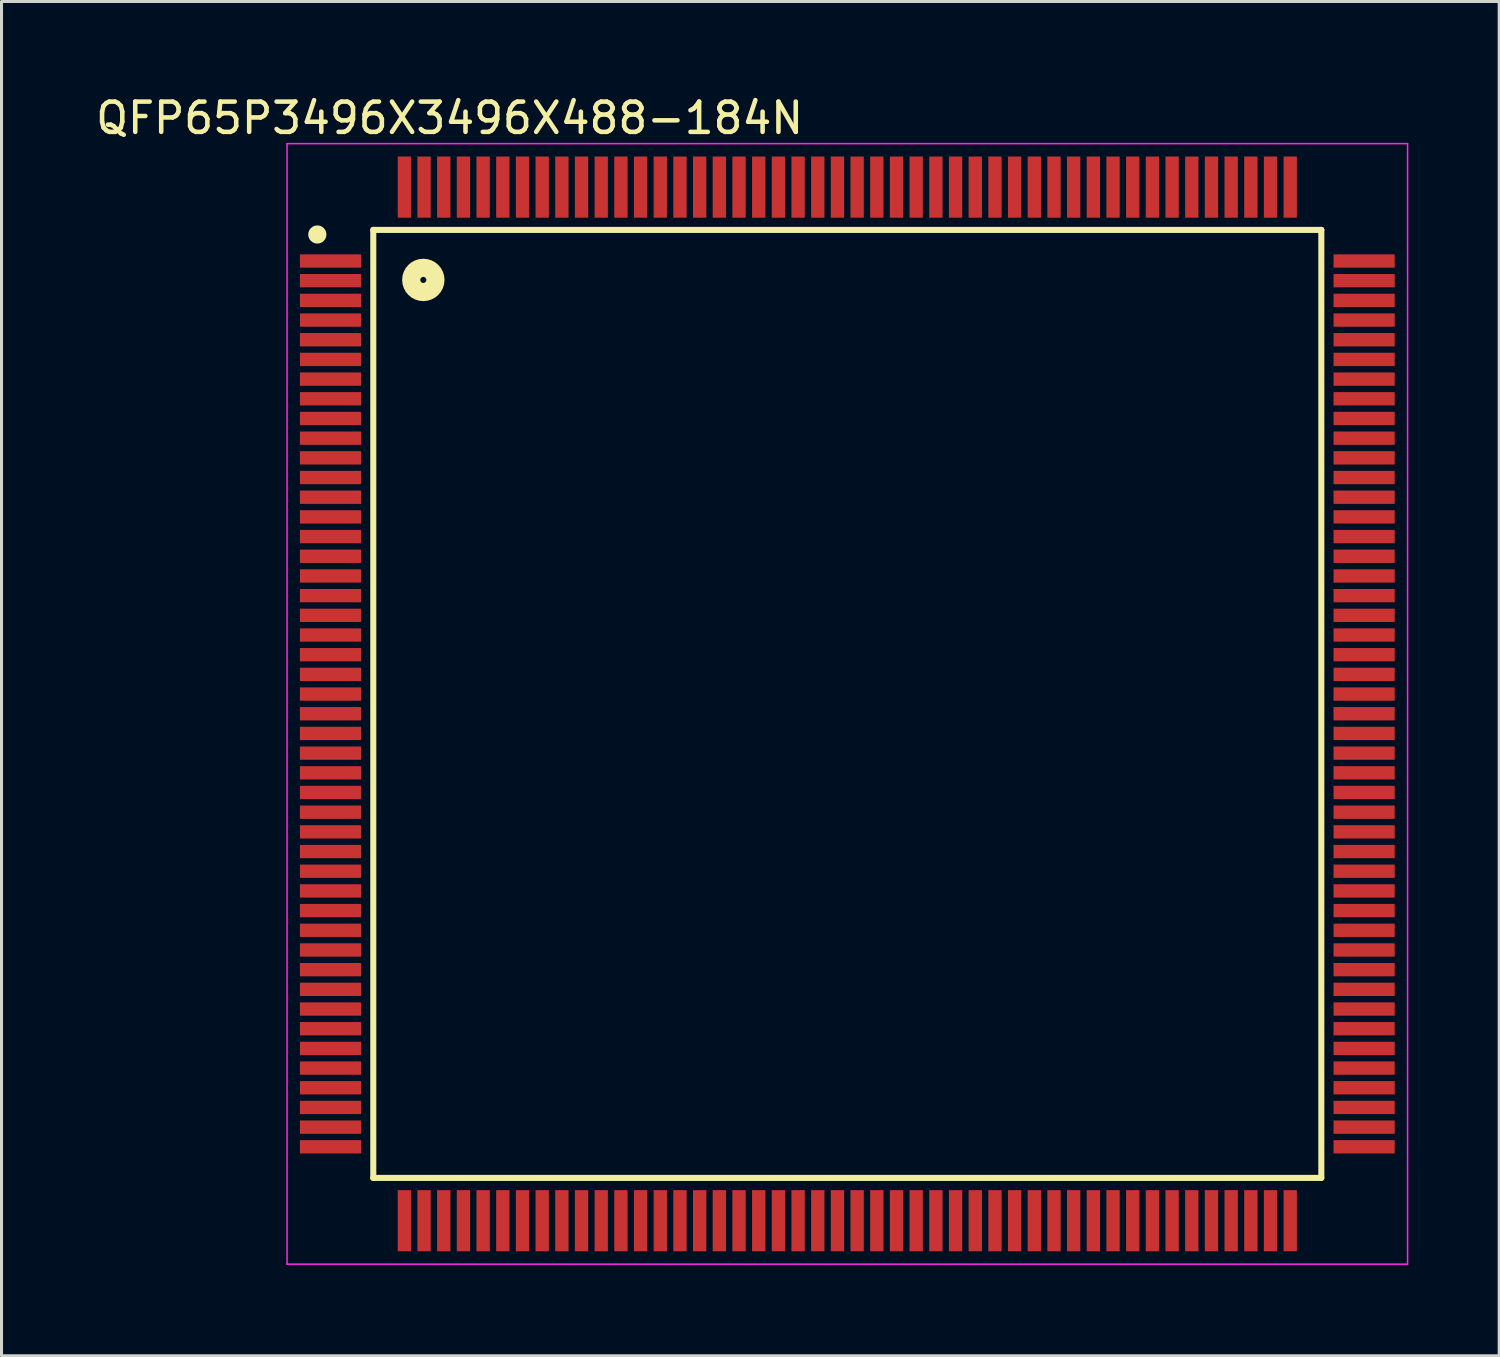
<source format=kicad_pcb>
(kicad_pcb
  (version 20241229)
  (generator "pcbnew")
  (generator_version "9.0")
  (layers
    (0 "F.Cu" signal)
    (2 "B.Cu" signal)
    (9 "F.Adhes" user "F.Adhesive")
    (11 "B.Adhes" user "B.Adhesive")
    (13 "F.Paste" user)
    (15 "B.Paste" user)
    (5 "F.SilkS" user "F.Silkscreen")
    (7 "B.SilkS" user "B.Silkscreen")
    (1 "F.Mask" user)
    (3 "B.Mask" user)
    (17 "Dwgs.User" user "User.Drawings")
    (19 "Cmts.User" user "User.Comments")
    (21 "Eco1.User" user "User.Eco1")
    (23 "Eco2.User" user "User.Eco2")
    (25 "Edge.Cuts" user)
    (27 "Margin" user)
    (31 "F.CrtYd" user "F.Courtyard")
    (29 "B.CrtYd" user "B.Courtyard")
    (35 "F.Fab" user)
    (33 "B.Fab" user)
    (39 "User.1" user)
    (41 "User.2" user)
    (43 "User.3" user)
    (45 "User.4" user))
  (footprint "QFP65P3496X3496X488-184N"
    (layer "F.Cu")
    (at 24.928 20.193)
    (property "Reference" "QFP65P3496X3496X488-184N" (at -13.131 -19.344 0) (layer "F.SilkS") (effects (font (size 1 1) (thickness 0.15))))
    (attr smd)
    (fp_line (start -15.652 -15.652) (end 15.652 -15.652) (stroke (width 0.2) (type solid)) (layer "F.SilkS"))
    (fp_line (start -15.652 15.652) (end -15.652 -15.652) (stroke (width 0.2) (type solid)) (layer "F.SilkS"))
    (fp_line (start 15.652 -15.652) (end 15.652 15.652) (stroke (width 0.2) (type solid)) (layer "F.SilkS"))
    (fp_line (start 15.652 15.652) (end -15.652 15.652) (stroke (width 0.2) (type solid)) (layer "F.SilkS"))
    (fp_circle (center -17.5 -15.5) (end -17.35 -15.5) (stroke (width 0.3) (type solid)) (fill no) (layer "F.SilkS"))
    (fp_circle (center -14 -14) (end -13.6 -14) (stroke (width 0.6) (type solid)) (fill no) (layer "F.SilkS"))
    (fp_line (start -18.5 -18.5) (end 18.5 -18.5) (stroke (width 0.05) (type solid)) (layer "F.CrtYd"))
    (fp_line (start -18.5 18.5) (end -18.5 -18.5) (stroke (width 0.05) (type solid)) (layer "F.CrtYd"))
    (fp_line (start 18.5 -18.5) (end 18.5 18.5) (stroke (width 0.05) (type solid)) (layer "F.CrtYd"))
    (fp_line (start 18.5 18.5) (end -18.5 18.5) (stroke (width 0.05) (type solid)) (layer "F.CrtYd"))
    (pad "1" smd rect (at -17.065 -14.625) (size 2.02 0.44) (layers "F.Cu" "F.Mask" "F.Paste"))
    (pad "2" smd rect (at -17.065 -13.975) (size 2.02 0.44) (layers "F.Cu" "F.Mask" "F.Paste"))
    (pad "3" smd rect (at -17.065 -13.325) (size 2.02 0.44) (layers "F.Cu" "F.Mask" "F.Paste"))
    (pad "4" smd rect (at -17.065 -12.675) (size 2.02 0.44) (layers "F.Cu" "F.Mask" "F.Paste"))
    (pad "5" smd rect (at -17.065 -12.025) (size 2.02 0.44) (layers "F.Cu" "F.Mask" "F.Paste"))
    (pad "6" smd rect (at -17.065 -11.375) (size 2.02 0.44) (layers "F.Cu" "F.Mask" "F.Paste"))
    (pad "7" smd rect (at -17.065 -10.725) (size 2.02 0.44) (layers "F.Cu" "F.Mask" "F.Paste"))
    (pad "8" smd rect (at -17.065 -10.075) (size 2.02 0.44) (layers "F.Cu" "F.Mask" "F.Paste"))
    (pad "9" smd rect (at -17.065 -9.425) (size 2.02 0.44) (layers "F.Cu" "F.Mask" "F.Paste"))
    (pad "10" smd rect (at -17.065 -8.775) (size 2.02 0.44) (layers "F.Cu" "F.Mask" "F.Paste"))
    (pad "11" smd rect (at -17.065 -8.125) (size 2.02 0.44) (layers "F.Cu" "F.Mask" "F.Paste"))
    (pad "12" smd rect (at -17.065 -7.475) (size 2.02 0.44) (layers "F.Cu" "F.Mask" "F.Paste"))
    (pad "13" smd rect (at -17.065 -6.825) (size 2.02 0.44) (layers "F.Cu" "F.Mask" "F.Paste"))
    (pad "14" smd rect (at -17.065 -6.175) (size 2.02 0.44) (layers "F.Cu" "F.Mask" "F.Paste"))
    (pad "15" smd rect (at -17.065 -5.525) (size 2.02 0.44) (layers "F.Cu" "F.Mask" "F.Paste"))
    (pad "16" smd rect (at -17.065 -4.875) (size 2.02 0.44) (layers "F.Cu" "F.Mask" "F.Paste"))
    (pad "17" smd rect (at -17.065 -4.225) (size 2.02 0.44) (layers "F.Cu" "F.Mask" "F.Paste"))
    (pad "18" smd rect (at -17.065 -3.575) (size 2.02 0.44) (layers "F.Cu" "F.Mask" "F.Paste"))
    (pad "19" smd rect (at -17.065 -2.925) (size 2.02 0.44) (layers "F.Cu" "F.Mask" "F.Paste"))
    (pad "20" smd rect (at -17.065 -2.275) (size 2.02 0.44) (layers "F.Cu" "F.Mask" "F.Paste"))
    (pad "21" smd rect (at -17.065 -1.625) (size 2.02 0.44) (layers "F.Cu" "F.Mask" "F.Paste"))
    (pad "22" smd rect (at -17.065 -0.975) (size 2.02 0.44) (layers "F.Cu" "F.Mask" "F.Paste"))
    (pad "23" smd rect (at -17.065 -0.325) (size 2.02 0.44) (layers "F.Cu" "F.Mask" "F.Paste"))
    (pad "24" smd rect (at -17.065 0.325) (size 2.02 0.44) (layers "F.Cu" "F.Mask" "F.Paste"))
    (pad "25" smd rect (at -17.065 0.975) (size 2.02 0.44) (layers "F.Cu" "F.Mask" "F.Paste"))
    (pad "26" smd rect (at -17.065 1.625) (size 2.02 0.44) (layers "F.Cu" "F.Mask" "F.Paste"))
    (pad "27" smd rect (at -17.065 2.275) (size 2.02 0.44) (layers "F.Cu" "F.Mask" "F.Paste"))
    (pad "28" smd rect (at -17.065 2.925) (size 2.02 0.44) (layers "F.Cu" "F.Mask" "F.Paste"))
    (pad "29" smd rect (at -17.065 3.575) (size 2.02 0.44) (layers "F.Cu" "F.Mask" "F.Paste"))
    (pad "30" smd rect (at -17.065 4.225) (size 2.02 0.44) (layers "F.Cu" "F.Mask" "F.Paste"))
    (pad "31" smd rect (at -17.065 4.875) (size 2.02 0.44) (layers "F.Cu" "F.Mask" "F.Paste"))
    (pad "32" smd rect (at -17.065 5.525) (size 2.02 0.44) (layers "F.Cu" "F.Mask" "F.Paste"))
    (pad "33" smd rect (at -17.065 6.175) (size 2.02 0.44) (layers "F.Cu" "F.Mask" "F.Paste"))
    (pad "34" smd rect (at -17.065 6.825) (size 2.02 0.44) (layers "F.Cu" "F.Mask" "F.Paste"))
    (pad "35" smd rect (at -17.065 7.475) (size 2.02 0.44) (layers "F.Cu" "F.Mask" "F.Paste"))
    (pad "36" smd rect (at -17.065 8.125) (size 2.02 0.44) (layers "F.Cu" "F.Mask" "F.Paste"))
    (pad "37" smd rect (at -17.065 8.775) (size 2.02 0.44) (layers "F.Cu" "F.Mask" "F.Paste"))
    (pad "38" smd rect (at -17.065 9.425) (size 2.02 0.44) (layers "F.Cu" "F.Mask" "F.Paste"))
    (pad "39" smd rect (at -17.065 10.075) (size 2.02 0.44) (layers "F.Cu" "F.Mask" "F.Paste"))
    (pad "40" smd rect (at -17.065 10.725) (size 2.02 0.44) (layers "F.Cu" "F.Mask" "F.Paste"))
    (pad "41" smd rect (at -17.065 11.375) (size 2.02 0.44) (layers "F.Cu" "F.Mask" "F.Paste"))
    (pad "42" smd rect (at -17.065 12.025) (size 2.02 0.44) (layers "F.Cu" "F.Mask" "F.Paste"))
    (pad "43" smd rect (at -17.065 12.675) (size 2.02 0.44) (layers "F.Cu" "F.Mask" "F.Paste"))
    (pad "44" smd rect (at -17.065 13.325) (size 2.02 0.44) (layers "F.Cu" "F.Mask" "F.Paste"))
    (pad "45" smd rect (at -17.065 13.975) (size 2.02 0.44) (layers "F.Cu" "F.Mask" "F.Paste"))
    (pad "46" smd rect (at -17.065 14.625) (size 2.02 0.44) (layers "F.Cu" "F.Mask" "F.Paste"))
    (pad "47" smd rect (at -14.625 17.065 90) (size 2.02 0.44) (layers "F.Cu" "F.Mask" "F.Paste"))
    (pad "48" smd rect (at -13.975 17.065 90) (size 2.02 0.44) (layers "F.Cu" "F.Mask" "F.Paste"))
    (pad "49" smd rect (at -13.325 17.065 90) (size 2.02 0.44) (layers "F.Cu" "F.Mask" "F.Paste"))
    (pad "50" smd rect (at -12.675 17.065 90) (size 2.02 0.44) (layers "F.Cu" "F.Mask" "F.Paste"))
    (pad "51" smd rect (at -12.025 17.065 90) (size 2.02 0.44) (layers "F.Cu" "F.Mask" "F.Paste"))
    (pad "52" smd rect (at -11.375 17.065 90) (size 2.02 0.44) (layers "F.Cu" "F.Mask" "F.Paste"))
    (pad "53" smd rect (at -10.725 17.065 90) (size 2.02 0.44) (layers "F.Cu" "F.Mask" "F.Paste"))
    (pad "54" smd rect (at -10.075 17.065 90) (size 2.02 0.44) (layers "F.Cu" "F.Mask" "F.Paste"))
    (pad "55" smd rect (at -9.425 17.065 90) (size 2.02 0.44) (layers "F.Cu" "F.Mask" "F.Paste"))
    (pad "56" smd rect (at -8.775 17.065 90) (size 2.02 0.44) (layers "F.Cu" "F.Mask" "F.Paste"))
    (pad "57" smd rect (at -8.125 17.065 90) (size 2.02 0.44) (layers "F.Cu" "F.Mask" "F.Paste"))
    (pad "58" smd rect (at -7.475 17.065 90) (size 2.02 0.44) (layers "F.Cu" "F.Mask" "F.Paste"))
    (pad "59" smd rect (at -6.825 17.065 90) (size 2.02 0.44) (layers "F.Cu" "F.Mask" "F.Paste"))
    (pad "60" smd rect (at -6.175 17.065 90) (size 2.02 0.44) (layers "F.Cu" "F.Mask" "F.Paste"))
    (pad "61" smd rect (at -5.525 17.065 90) (size 2.02 0.44) (layers "F.Cu" "F.Mask" "F.Paste"))
    (pad "62" smd rect (at -4.875 17.065 90) (size 2.02 0.44) (layers "F.Cu" "F.Mask" "F.Paste"))
    (pad "63" smd rect (at -4.225 17.065 90) (size 2.02 0.44) (layers "F.Cu" "F.Mask" "F.Paste"))
    (pad "64" smd rect (at -3.575 17.065 90) (size 2.02 0.44) (layers "F.Cu" "F.Mask" "F.Paste"))
    (pad "65" smd rect (at -2.925 17.065 90) (size 2.02 0.44) (layers "F.Cu" "F.Mask" "F.Paste"))
    (pad "66" smd rect (at -2.275 17.065 90) (size 2.02 0.44) (layers "F.Cu" "F.Mask" "F.Paste"))
    (pad "67" smd rect (at -1.625 17.065 90) (size 2.02 0.44) (layers "F.Cu" "F.Mask" "F.Paste"))
    (pad "68" smd rect (at -0.975 17.065 90) (size 2.02 0.44) (layers "F.Cu" "F.Mask" "F.Paste"))
    (pad "69" smd rect (at -0.325 17.065 90) (size 2.02 0.44) (layers "F.Cu" "F.Mask" "F.Paste"))
    (pad "70" smd rect (at 0.325 17.065 90) (size 2.02 0.44) (layers "F.Cu" "F.Mask" "F.Paste"))
    (pad "71" smd rect (at 0.975 17.065 90) (size 2.02 0.44) (layers "F.Cu" "F.Mask" "F.Paste"))
    (pad "72" smd rect (at 1.625 17.065 90) (size 2.02 0.44) (layers "F.Cu" "F.Mask" "F.Paste"))
    (pad "73" smd rect (at 2.275 17.065 90) (size 2.02 0.44) (layers "F.Cu" "F.Mask" "F.Paste"))
    (pad "74" smd rect (at 2.925 17.065 90) (size 2.02 0.44) (layers "F.Cu" "F.Mask" "F.Paste"))
    (pad "75" smd rect (at 3.575 17.065 90) (size 2.02 0.44) (layers "F.Cu" "F.Mask" "F.Paste"))
    (pad "76" smd rect (at 4.225 17.065 90) (size 2.02 0.44) (layers "F.Cu" "F.Mask" "F.Paste"))
    (pad "77" smd rect (at 4.875 17.065 90) (size 2.02 0.44) (layers "F.Cu" "F.Mask" "F.Paste"))
    (pad "78" smd rect (at 5.525 17.065 90) (size 2.02 0.44) (layers "F.Cu" "F.Mask" "F.Paste"))
    (pad "79" smd rect (at 6.175 17.065 90) (size 2.02 0.44) (layers "F.Cu" "F.Mask" "F.Paste"))
    (pad "80" smd rect (at 6.825 17.065 90) (size 2.02 0.44) (layers "F.Cu" "F.Mask" "F.Paste"))
    (pad "81" smd rect (at 7.475 17.065 90) (size 2.02 0.44) (layers "F.Cu" "F.Mask" "F.Paste"))
    (pad "82" smd rect (at 8.125 17.065 90) (size 2.02 0.44) (layers "F.Cu" "F.Mask" "F.Paste"))
    (pad "83" smd rect (at 8.775 17.065 90) (size 2.02 0.44) (layers "F.Cu" "F.Mask" "F.Paste"))
    (pad "84" smd rect (at 9.425 17.065 90) (size 2.02 0.44) (layers "F.Cu" "F.Mask" "F.Paste"))
    (pad "85" smd rect (at 10.075 17.065 90) (size 2.02 0.44) (layers "F.Cu" "F.Mask" "F.Paste"))
    (pad "86" smd rect (at 10.725 17.065 90) (size 2.02 0.44) (layers "F.Cu" "F.Mask" "F.Paste"))
    (pad "87" smd rect (at 11.375 17.065 90) (size 2.02 0.44) (layers "F.Cu" "F.Mask" "F.Paste"))
    (pad "88" smd rect (at 12.025 17.065 90) (size 2.02 0.44) (layers "F.Cu" "F.Mask" "F.Paste"))
    (pad "89" smd rect (at 12.675 17.065 90) (size 2.02 0.44) (layers "F.Cu" "F.Mask" "F.Paste"))
    (pad "90" smd rect (at 13.325 17.065 90) (size 2.02 0.44) (layers "F.Cu" "F.Mask" "F.Paste"))
    (pad "91" smd rect (at 13.975 17.065 90) (size 2.02 0.44) (layers "F.Cu" "F.Mask" "F.Paste"))
    (pad "92" smd rect (at 14.625 17.065 90) (size 2.02 0.44) (layers "F.Cu" "F.Mask" "F.Paste"))
    (pad "93" smd rect (at 17.065 14.625 180) (size 2.02 0.44) (layers "F.Cu" "F.Mask" "F.Paste"))
    (pad "94" smd rect (at 17.065 13.975 180) (size 2.02 0.44) (layers "F.Cu" "F.Mask" "F.Paste"))
    (pad "95" smd rect (at 17.065 13.325 180) (size 2.02 0.44) (layers "F.Cu" "F.Mask" "F.Paste"))
    (pad "96" smd rect (at 17.065 12.675 180) (size 2.02 0.44) (layers "F.Cu" "F.Mask" "F.Paste"))
    (pad "97" smd rect (at 17.065 12.025 180) (size 2.02 0.44) (layers "F.Cu" "F.Mask" "F.Paste"))
    (pad "98" smd rect (at 17.065 11.375 180) (size 2.02 0.44) (layers "F.Cu" "F.Mask" "F.Paste"))
    (pad "99" smd rect (at 17.065 10.725 180) (size 2.02 0.44) (layers "F.Cu" "F.Mask" "F.Paste"))
    (pad "100" smd rect (at 17.065 10.075 180) (size 2.02 0.44) (layers "F.Cu" "F.Mask" "F.Paste"))
    (pad "101" smd rect (at 17.065 9.425 180) (size 2.02 0.44) (layers "F.Cu" "F.Mask" "F.Paste"))
    (pad "102" smd rect (at 17.065 8.775 180) (size 2.02 0.44) (layers "F.Cu" "F.Mask" "F.Paste"))
    (pad "103" smd rect (at 17.065 8.125 180) (size 2.02 0.44) (layers "F.Cu" "F.Mask" "F.Paste"))
    (pad "104" smd rect (at 17.065 7.475 180) (size 2.02 0.44) (layers "F.Cu" "F.Mask" "F.Paste"))
    (pad "105" smd rect (at 17.065 6.825 180) (size 2.02 0.44) (layers "F.Cu" "F.Mask" "F.Paste"))
    (pad "106" smd rect (at 17.065 6.175 180) (size 2.02 0.44) (layers "F.Cu" "F.Mask" "F.Paste"))
    (pad "107" smd rect (at 17.065 5.525 180) (size 2.02 0.44) (layers "F.Cu" "F.Mask" "F.Paste"))
    (pad "108" smd rect (at 17.065 4.875 180) (size 2.02 0.44) (layers "F.Cu" "F.Mask" "F.Paste"))
    (pad "109" smd rect (at 17.065 4.225 180) (size 2.02 0.44) (layers "F.Cu" "F.Mask" "F.Paste"))
    (pad "110" smd rect (at 17.065 3.575 180) (size 2.02 0.44) (layers "F.Cu" "F.Mask" "F.Paste"))
    (pad "111" smd rect (at 17.065 2.925 180) (size 2.02 0.44) (layers "F.Cu" "F.Mask" "F.Paste"))
    (pad "112" smd rect (at 17.065 2.275 180) (size 2.02 0.44) (layers "F.Cu" "F.Mask" "F.Paste"))
    (pad "113" smd rect (at 17.065 1.625 180) (size 2.02 0.44) (layers "F.Cu" "F.Mask" "F.Paste"))
    (pad "114" smd rect (at 17.065 0.975 180) (size 2.02 0.44) (layers "F.Cu" "F.Mask" "F.Paste"))
    (pad "115" smd rect (at 17.065 0.325 180) (size 2.02 0.44) (layers "F.Cu" "F.Mask" "F.Paste"))
    (pad "116" smd rect (at 17.065 -0.325 180) (size 2.02 0.44) (layers "F.Cu" "F.Mask" "F.Paste"))
    (pad "117" smd rect (at 17.065 -0.975 180) (size 2.02 0.44) (layers "F.Cu" "F.Mask" "F.Paste"))
    (pad "118" smd rect (at 17.065 -1.625 180) (size 2.02 0.44) (layers "F.Cu" "F.Mask" "F.Paste"))
    (pad "119" smd rect (at 17.065 -2.275 180) (size 2.02 0.44) (layers "F.Cu" "F.Mask" "F.Paste"))
    (pad "120" smd rect (at 17.065 -2.925 180) (size 2.02 0.44) (layers "F.Cu" "F.Mask" "F.Paste"))
    (pad "121" smd rect (at 17.065 -3.575 180) (size 2.02 0.44) (layers "F.Cu" "F.Mask" "F.Paste"))
    (pad "122" smd rect (at 17.065 -4.225 180) (size 2.02 0.44) (layers "F.Cu" "F.Mask" "F.Paste"))
    (pad "123" smd rect (at 17.065 -4.875 180) (size 2.02 0.44) (layers "F.Cu" "F.Mask" "F.Paste"))
    (pad "124" smd rect (at 17.065 -5.525 180) (size 2.02 0.44) (layers "F.Cu" "F.Mask" "F.Paste"))
    (pad "125" smd rect (at 17.065 -6.175 180) (size 2.02 0.44) (layers "F.Cu" "F.Mask" "F.Paste"))
    (pad "126" smd rect (at 17.065 -6.825 180) (size 2.02 0.44) (layers "F.Cu" "F.Mask" "F.Paste"))
    (pad "127" smd rect (at 17.065 -7.475 180) (size 2.02 0.44) (layers "F.Cu" "F.Mask" "F.Paste"))
    (pad "128" smd rect (at 17.065 -8.125 180) (size 2.02 0.44) (layers "F.Cu" "F.Mask" "F.Paste"))
    (pad "129" smd rect (at 17.065 -8.775 180) (size 2.02 0.44) (layers "F.Cu" "F.Mask" "F.Paste"))
    (pad "130" smd rect (at 17.065 -9.425 180) (size 2.02 0.44) (layers "F.Cu" "F.Mask" "F.Paste"))
    (pad "131" smd rect (at 17.065 -10.075 180) (size 2.02 0.44) (layers "F.Cu" "F.Mask" "F.Paste"))
    (pad "132" smd rect (at 17.065 -10.725 180) (size 2.02 0.44) (layers "F.Cu" "F.Mask" "F.Paste"))
    (pad "133" smd rect (at 17.065 -11.375 180) (size 2.02 0.44) (layers "F.Cu" "F.Mask" "F.Paste"))
    (pad "134" smd rect (at 17.065 -12.025 180) (size 2.02 0.44) (layers "F.Cu" "F.Mask" "F.Paste"))
    (pad "135" smd rect (at 17.065 -12.675 180) (size 2.02 0.44) (layers "F.Cu" "F.Mask" "F.Paste"))
    (pad "136" smd rect (at 17.065 -13.325 180) (size 2.02 0.44) (layers "F.Cu" "F.Mask" "F.Paste"))
    (pad "137" smd rect (at 17.065 -13.975 180) (size 2.02 0.44) (layers "F.Cu" "F.Mask" "F.Paste"))
    (pad "138" smd rect (at 17.065 -14.625 180) (size 2.02 0.44) (layers "F.Cu" "F.Mask" "F.Paste"))
    (pad "139" smd rect (at 14.625 -17.065 270) (size 2.02 0.44) (layers "F.Cu" "F.Mask" "F.Paste"))
    (pad "140" smd rect (at 13.975 -17.065 270) (size 2.02 0.44) (layers "F.Cu" "F.Mask" "F.Paste"))
    (pad "141" smd rect (at 13.325 -17.065 270) (size 2.02 0.44) (layers "F.Cu" "F.Mask" "F.Paste"))
    (pad "142" smd rect (at 12.675 -17.065 270) (size 2.02 0.44) (layers "F.Cu" "F.Mask" "F.Paste"))
    (pad "143" smd rect (at 12.025 -17.065 270) (size 2.02 0.44) (layers "F.Cu" "F.Mask" "F.Paste"))
    (pad "144" smd rect (at 11.375 -17.065 270) (size 2.02 0.44) (layers "F.Cu" "F.Mask" "F.Paste"))
    (pad "145" smd rect (at 10.725 -17.065 270) (size 2.02 0.44) (layers "F.Cu" "F.Mask" "F.Paste"))
    (pad "146" smd rect (at 10.075 -17.065 270) (size 2.02 0.44) (layers "F.Cu" "F.Mask" "F.Paste"))
    (pad "147" smd rect (at 9.425 -17.065 270) (size 2.02 0.44) (layers "F.Cu" "F.Mask" "F.Paste"))
    (pad "148" smd rect (at 8.775 -17.065 270) (size 2.02 0.44) (layers "F.Cu" "F.Mask" "F.Paste"))
    (pad "149" smd rect (at 8.125 -17.065 270) (size 2.02 0.44) (layers "F.Cu" "F.Mask" "F.Paste"))
    (pad "150" smd rect (at 7.475 -17.065 270) (size 2.02 0.44) (layers "F.Cu" "F.Mask" "F.Paste"))
    (pad "151" smd rect (at 6.825 -17.065 270) (size 2.02 0.44) (layers "F.Cu" "F.Mask" "F.Paste"))
    (pad "152" smd rect (at 6.175 -17.065 270) (size 2.02 0.44) (layers "F.Cu" "F.Mask" "F.Paste"))
    (pad "153" smd rect (at 5.525 -17.065 270) (size 2.02 0.44) (layers "F.Cu" "F.Mask" "F.Paste"))
    (pad "154" smd rect (at 4.875 -17.065 270) (size 2.02 0.44) (layers "F.Cu" "F.Mask" "F.Paste"))
    (pad "155" smd rect (at 4.225 -17.065 270) (size 2.02 0.44) (layers "F.Cu" "F.Mask" "F.Paste"))
    (pad "156" smd rect (at 3.575 -17.065 270) (size 2.02 0.44) (layers "F.Cu" "F.Mask" "F.Paste"))
    (pad "157" smd rect (at 2.925 -17.065 270) (size 2.02 0.44) (layers "F.Cu" "F.Mask" "F.Paste"))
    (pad "158" smd rect (at 2.275 -17.065 270) (size 2.02 0.44) (layers "F.Cu" "F.Mask" "F.Paste"))
    (pad "159" smd rect (at 1.625 -17.065 270) (size 2.02 0.44) (layers "F.Cu" "F.Mask" "F.Paste"))
    (pad "160" smd rect (at 0.975 -17.065 270) (size 2.02 0.44) (layers "F.Cu" "F.Mask" "F.Paste"))
    (pad "161" smd rect (at 0.325 -17.065 270) (size 2.02 0.44) (layers "F.Cu" "F.Mask" "F.Paste"))
    (pad "162" smd rect (at -0.325 -17.065 270) (size 2.02 0.44) (layers "F.Cu" "F.Mask" "F.Paste"))
    (pad "163" smd rect (at -0.975 -17.065 270) (size 2.02 0.44) (layers "F.Cu" "F.Mask" "F.Paste"))
    (pad "164" smd rect (at -1.625 -17.065 270) (size 2.02 0.44) (layers "F.Cu" "F.Mask" "F.Paste"))
    (pad "165" smd rect (at -2.275 -17.065 270) (size 2.02 0.44) (layers "F.Cu" "F.Mask" "F.Paste"))
    (pad "166" smd rect (at -2.925 -17.065 270) (size 2.02 0.44) (layers "F.Cu" "F.Mask" "F.Paste"))
    (pad "167" smd rect (at -3.575 -17.065 270) (size 2.02 0.44) (layers "F.Cu" "F.Mask" "F.Paste"))
    (pad "168" smd rect (at -4.225 -17.065 270) (size 2.02 0.44) (layers "F.Cu" "F.Mask" "F.Paste"))
    (pad "169" smd rect (at -4.875 -17.065 270) (size 2.02 0.44) (layers "F.Cu" "F.Mask" "F.Paste"))
    (pad "170" smd rect (at -5.525 -17.065 270) (size 2.02 0.44) (layers "F.Cu" "F.Mask" "F.Paste"))
    (pad "171" smd rect (at -6.175 -17.065 270) (size 2.02 0.44) (layers "F.Cu" "F.Mask" "F.Paste"))
    (pad "172" smd rect (at -6.825 -17.065 270) (size 2.02 0.44) (layers "F.Cu" "F.Mask" "F.Paste"))
    (pad "173" smd rect (at -7.475 -17.065 270) (size 2.02 0.44) (layers "F.Cu" "F.Mask" "F.Paste"))
    (pad "174" smd rect (at -8.125 -17.065 270) (size 2.02 0.44) (layers "F.Cu" "F.Mask" "F.Paste"))
    (pad "175" smd rect (at -8.775 -17.065 270) (size 2.02 0.44) (layers "F.Cu" "F.Mask" "F.Paste"))
    (pad "176" smd rect (at -9.425 -17.065 270) (size 2.02 0.44) (layers "F.Cu" "F.Mask" "F.Paste"))
    (pad "177" smd rect (at -10.075 -17.065 270) (size 2.02 0.44) (layers "F.Cu" "F.Mask" "F.Paste"))
    (pad "178" smd rect (at -10.725 -17.065 270) (size 2.02 0.44) (layers "F.Cu" "F.Mask" "F.Paste"))
    (pad "179" smd rect (at -11.375 -17.065 270) (size 2.02 0.44) (layers "F.Cu" "F.Mask" "F.Paste"))
    (pad "180" smd rect (at -12.025 -17.065 270) (size 2.02 0.44) (layers "F.Cu" "F.Mask" "F.Paste"))
    (pad "181" smd rect (at -12.675 -17.065 270) (size 2.02 0.44) (layers "F.Cu" "F.Mask" "F.Paste"))
    (pad "182" smd rect (at -13.325 -17.065 270) (size 2.02 0.44) (layers "F.Cu" "F.Mask" "F.Paste"))
    (pad "183" smd rect (at -13.975 -17.065 270) (size 2.02 0.44) (layers "F.Cu" "F.Mask" "F.Paste"))
    (pad "184" smd rect (at -14.625 -17.065 270) (size 2.02 0.44) (layers "F.Cu" "F.Mask" "F.Paste")))
  (gr_rect
    (start -3 -3)
    (end 46.453 41.718)
    (stroke (width 0.1) (type default))
    (fill no)
    (layer "Edge.Cuts")))
</source>
